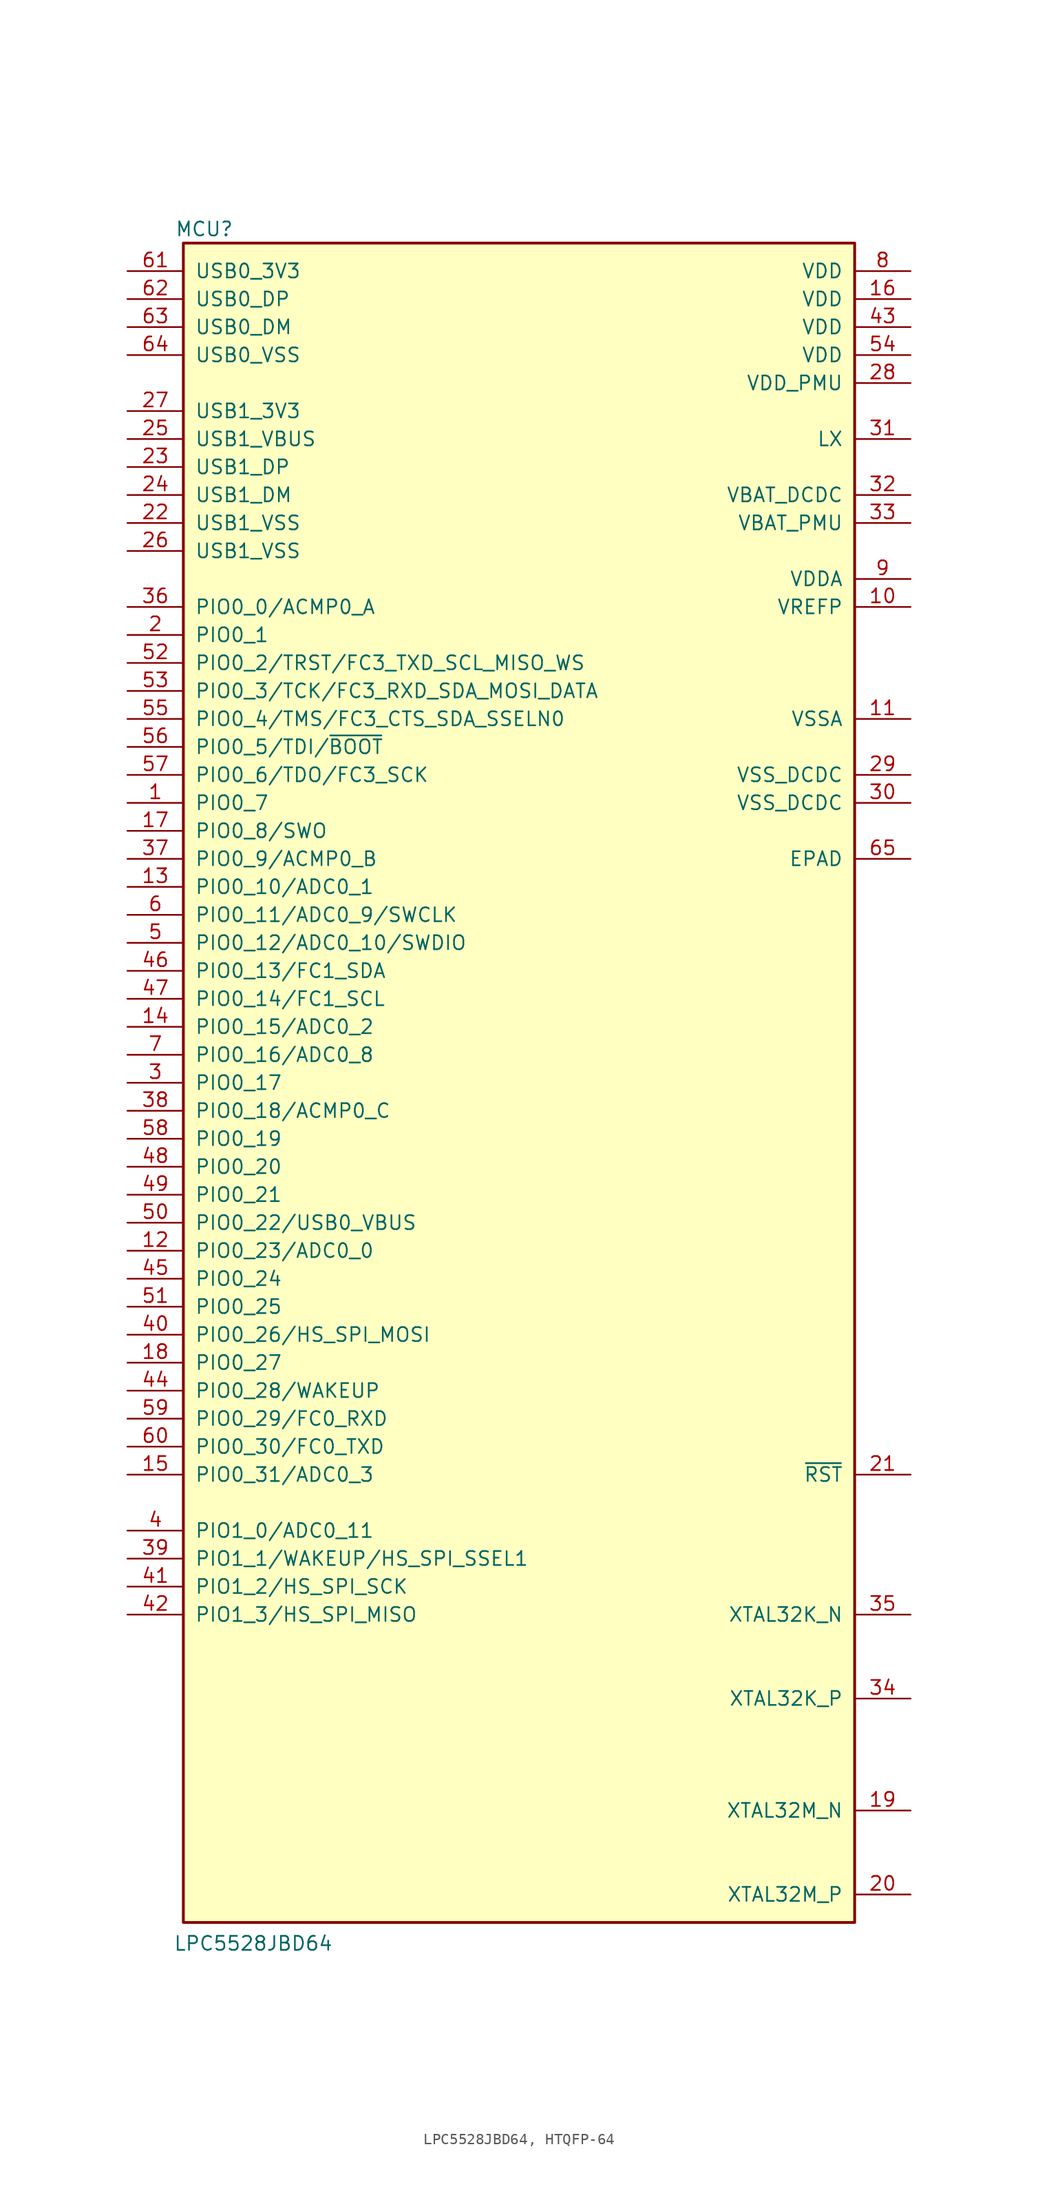
<source format=kicad_sym>
(kicad_symbol_lib
  (version 20241209)
  (generator "kicad_symbol_editor")
  (generator_version "9.0")
  (symbol "LPC5528JBD64, HTQFP-64"
    (pin_names
      (offset 1.016))
    (property "Reference" "MCU"
      (at -28.575 77.47 0)
      (effects (font (size 1.27 1.27))))
    (property "Value" "LPC5528JBD64"
      (at -24.13 -78.105 0)
      (effects (font (size 1.27 1.27))))
    (symbol "LPC5528JBD64, HTQFP-64_0_1"
      (rectangle (start -30.48 76.2) (end 30.48 -76.2) (stroke (width 0.254) (type default)) (fill (type background))))
    (symbol "LPC5528JBD64, HTQFP-64_1_0"
      (pin power_in line (at -35.56 60.96 0) (length 5.08) (name "USB1_3V3" (effects (font (size 1.27 1.27)))) (number "27" (effects (font (size 1.27 1.27)))))
      (pin bidirectional line (at -35.56 22.86 0) (length 5.08) (name "PIO0_8/SWO" (effects (font (size 1.27 1.27)))) (number "17" (effects (font (size 1.27 1.27)))))
      (pin bidirectional line (at -35.56 20.32 0) (length 5.08) (name "PIO0_9/ACMP0_B" (effects (font (size 1.27 1.27)))) (number "37" (effects (font (size 1.27 1.27)))))
      (pin bidirectional line (at -35.56 17.78 0) (length 5.08) (name "PIO0_10/ADC0_1" (effects (font (size 1.27 1.27)))) (number "13" (effects (font (size 1.27 1.27)))))
      (pin bidirectional line (at -35.56 15.24 0) (length 5.08) (name "PIO0_11/ADC0_9/SWCLK" (effects (font (size 1.27 1.27)))) (number "6" (effects (font (size 1.27 1.27)))))
      (pin bidirectional line (at -35.56 12.7 0) (length 5.08) (name "PIO0_12/ADC0_10/SWDIO" (effects (font (size 1.27 1.27)))) (number "5" (effects (font (size 1.27 1.27)))))
      (pin bidirectional line (at -35.56 10.16 0) (length 5.08) (name "PIO0_13/FC1_SDA" (effects (font (size 1.27 1.27)))) (number "46" (effects (font (size 1.27 1.27)))))
      (pin bidirectional line (at -35.56 7.62 0) (length 5.08) (name "PIO0_14/FC1_SCL" (effects (font (size 1.27 1.27)))) (number "47" (effects (font (size 1.27 1.27)))))
      (pin bidirectional line (at -35.56 5.08 0) (length 5.08) (name "PIO0_15/ADC0_2" (effects (font (size 1.27 1.27)))) (number "14" (effects (font (size 1.27 1.27)))))
      (pin bidirectional line (at -35.56 2.54 0) (length 5.08) (name "PIO0_16/ADC0_8" (effects (font (size 1.27 1.27)))) (number "7" (effects (font (size 1.27 1.27)))))
      (pin bidirectional line (at -35.56 0 0) (length 5.08) (name "PIO0_17" (effects (font (size 1.27 1.27)))) (number "3" (effects (font (size 1.27 1.27)))))
      (pin bidirectional line (at -35.56 -2.54 0) (length 5.08) (name "PIO0_18/ACMP0_C" (effects (font (size 1.27 1.27)))) (number "38" (effects (font (size 1.27 1.27)))))
      (pin bidirectional line (at -35.56 -5.08 0) (length 5.08) (name "PIO0_19" (effects (font (size 1.27 1.27)))) (number "58" (effects (font (size 1.27 1.27)))))
      (pin bidirectional line (at -35.56 -7.62 0) (length 5.08) (name "PIO0_20" (effects (font (size 1.27 1.27)))) (number "48" (effects (font (size 1.27 1.27)))))
      (pin bidirectional line (at -35.56 -10.16 0) (length 5.08) (name "PIO0_21" (effects (font (size 1.27 1.27)))) (number "49" (effects (font (size 1.27 1.27)))))
      (pin bidirectional line (at -35.56 -12.7 0) (length 5.08) (name "PIO0_22/USB0_VBUS" (effects (font (size 1.27 1.27)))) (number "50" (effects (font (size 1.27 1.27)))))
      (pin bidirectional line (at -35.56 -15.24 0) (length 5.08) (name "PIO0_23/ADC0_0" (effects (font (size 1.27 1.27)))) (number "12" (effects (font (size 1.27 1.27)))))
      (pin bidirectional line (at -35.56 -17.78 0) (length 5.08) (name "PIO0_24" (effects (font (size 1.27 1.27)))) (number "45" (effects (font (size 1.27 1.27)))))
      (pin bidirectional line (at -35.56 -20.32 0) (length 5.08) (name "PIO0_25" (effects (font (size 1.27 1.27)))) (number "51" (effects (font (size 1.27 1.27)))))
      (pin bidirectional line (at -35.56 -22.86 0) (length 5.08) (name "PIO0_26/HS_SPI_MOSI" (effects (font (size 1.27 1.27)))) (number "40" (effects (font (size 1.27 1.27)))))
      (pin bidirectional line (at -35.56 -25.4 0) (length 5.08) (name "PIO0_27" (effects (font (size 1.27 1.27)))) (number "18" (effects (font (size 1.27 1.27)))))
      (pin bidirectional line (at -35.56 -27.94 0) (length 5.08) (name "PIO0_28/WAKEUP" (effects (font (size 1.27 1.27)))) (number "44" (effects (font (size 1.27 1.27)))))
      (pin bidirectional line (at -35.56 -30.48 0) (length 5.08) (name "PIO0_29/FC0_RXD" (effects (font (size 1.27 1.27)))) (number "59" (effects (font (size 1.27 1.27)))))
      (pin bidirectional line (at -35.56 -33.02 0) (length 5.08) (name "PIO0_30/FC0_TXD" (effects (font (size 1.27 1.27)))) (number "60" (effects (font (size 1.27 1.27)))))
      (pin bidirectional line (at -35.56 -35.56 0) (length 5.08) (name "PIO0_31/ADC0_3" (effects (font (size 1.27 1.27)))) (number "15" (effects (font (size 1.27 1.27)))))
      (pin bidirectional line (at -35.56 -40.64 0) (length 5.08) (name "PIO1_0/ADC0_11" (effects (font (size 1.27 1.27)))) (number "4" (effects (font (size 1.27 1.27)))))
      (pin bidirectional line (at -35.56 -43.18 0) (length 5.08) (name "PIO1_1/WAKEUP/HS_SPI_SSEL1" (effects (font (size 1.27 1.27)))) (number "39" (effects (font (size 1.27 1.27)))))
      (pin bidirectional line (at -35.56 -45.72 0) (length 5.08) (name "PIO1_2/HS_SPI_SCK" (effects (font (size 1.27 1.27)))) (number "41" (effects (font (size 1.27 1.27)))))
      (pin bidirectional line (at -35.56 -48.26 0) (length 5.08) (name "PIO1_3/HS_SPI_MISO" (effects (font (size 1.27 1.27)))) (number "42" (effects (font (size 1.27 1.27)))))
      (pin power_in line (at 35.56 50.8 180) (length 5.08) (name "VBAT_PMU" (effects (font (size 1.27 1.27)))) (number "33" (effects (font (size 1.27 1.27)))))
      (pin power_in line (at 35.56 20.32 180) (length 5.08) (name "EPAD" (effects (font (size 1.27 1.27)))) (number "65" (effects (font (size 1.27 1.27))))))
    (symbol "LPC5528JBD64, HTQFP-64_1_1"
      (pin input line (at -35.56 73.66 0) (length 5.08) (name "USB0_3V3" (effects (font (size 1.27 1.27)))) (number "61" (effects (font (size 1.27 1.27)))))
      (pin passive line (at -35.56 71.12 0) (length 5.08) (name "USB0_DP" (effects (font (size 1.27 1.27)))) (number "62" (effects (font (size 1.27 1.27)))))
      (pin passive line (at -35.56 68.58 0) (length 5.08) (name "USB0_DM" (effects (font (size 1.27 1.27)))) (number "63" (effects (font (size 1.27 1.27)))))
      (pin power_in line (at -35.56 66.04 0) (length 5.08) (name "USB0_VSS" (effects (font (size 1.27 1.27)))) (number "64" (effects (font (size 1.27 1.27)))))
      (pin input line (at -35.56 58.42 0) (length 5.08) (name "USB1_VBUS" (effects (font (size 1.27 1.27)))) (number "25" (effects (font (size 1.27 1.27)))))
      (pin passive line (at -35.56 55.88 0) (length 5.08) (name "USB1_DP" (effects (font (size 1.27 1.27)))) (number "23" (effects (font (size 1.27 1.27)))))
      (pin passive line (at -35.56 53.34 0) (length 5.08) (name "USB1_DM" (effects (font (size 1.27 1.27)))) (number "24" (effects (font (size 1.27 1.27)))))
      (pin power_in line (at -35.56 50.8 0) (length 5.08) (name "USB1_VSS" (effects (font (size 1.27 1.27)))) (number "22" (effects (font (size 1.27 1.27)))))
      (pin power_in line (at -35.56 48.26 0) (length 5.08) (name "USB1_VSS" (effects (font (size 1.27 1.27)))) (number "26" (effects (font (size 1.27 1.27)))))
      (pin bidirectional line (at -35.56 43.18 0) (length 5.08) (name "PIO0_0/ACMP0_A" (effects (font (size 1.27 1.27)))) (number "36" (effects (font (size 1.27 1.27)))))
      (pin bidirectional line (at -35.56 40.64 0) (length 5.08) (name "PIO0_1" (effects (font (size 1.27 1.27)))) (number "2" (effects (font (size 1.27 1.27)))))
      (pin bidirectional line (at -35.56 38.1 0) (length 5.08) (name "PIO0_2/TRST/FC3_TXD_SCL_MISO_WS" (effects (font (size 1.27 1.27)))) (number "52" (effects (font (size 1.27 1.27)))))
      (pin bidirectional line (at -35.56 35.56 0) (length 5.08) (name "PIO0_3/TCK/FC3_RXD_SDA_MOSI_DATA" (effects (font (size 1.27 1.27)))) (number "53" (effects (font (size 1.27 1.27)))))
      (pin bidirectional line (at -35.56 33.02 0) (length 5.08) (name "PIO0_4/TMS/FC3_CTS_SDA_SSELN0" (effects (font (size 1.27 1.27)))) (number "55" (effects (font (size 1.27 1.27)))))
      (pin bidirectional line (at -35.56 30.48 0) (length 5.08) (name "PIO0_5/TDI/~{BOOT}" (effects (font (size 1.27 1.27)))) (number "56" (effects (font (size 1.27 1.27)))))
      (pin bidirectional line (at -35.56 27.94 0) (length 5.08) (name "PIO0_6/TDO/FC3_SCK" (effects (font (size 1.27 1.27)))) (number "57" (effects (font (size 1.27 1.27)))))
      (pin bidirectional line (at -35.56 25.4 0) (length 5.08) (name "PIO0_7" (effects (font (size 1.27 1.27)))) (number "1" (effects (font (size 1.27 1.27)))))
      (pin power_in line (at 35.56 73.66 180) (length 5.08) (name "VDD" (effects (font (size 1.27 1.27)))) (number "8" (effects (font (size 1.27 1.27)))))
      (pin power_in line (at 35.56 71.12 180) (length 5.08) (name "VDD" (effects (font (size 1.27 1.27)))) (number "16" (effects (font (size 1.27 1.27)))))
      (pin power_in line (at 35.56 68.58 180) (length 5.08) (name "VDD" (effects (font (size 1.27 1.27)))) (number "43" (effects (font (size 1.27 1.27)))))
      (pin power_in line (at 35.56 66.04 180) (length 5.08) (name "VDD" (effects (font (size 1.27 1.27)))) (number "54" (effects (font (size 1.27 1.27)))))
      (pin power_in line (at 35.56 63.5 180) (length 5.08) (name "VDD_PMU" (effects (font (size 1.27 1.27)))) (number "28" (effects (font (size 1.27 1.27)))))
      (pin passive line (at 35.56 58.42 180) (length 5.08) (name "LX" (effects (font (size 1.27 1.27)))) (number "31" (effects (font (size 1.27 1.27)))))
      (pin power_out line (at 35.56 53.34 180) (length 5.08) (name "VBAT_DCDC" (effects (font (size 1.27 1.27)))) (number "32" (effects (font (size 1.27 1.27)))))
      (pin power_in line (at 35.56 45.72 180) (length 5.08) (name "VDDA" (effects (font (size 1.27 1.27)))) (number "9" (effects (font (size 1.27 1.27)))))
      (pin passive line (at 35.56 43.18 180) (length 5.08) (name "VREFP" (effects (font (size 1.27 1.27)))) (number "10" (effects (font (size 1.27 1.27)))))
      (pin power_in line (at 35.56 33.02 180) (length 5.08) (name "VSSA" (effects (font (size 1.27 1.27)))) (number "11" (effects (font (size 1.27 1.27)))))
      (pin power_in line (at 35.56 27.94 180) (length 5.08) (name "VSS_DCDC" (effects (font (size 1.27 1.27)))) (number "29" (effects (font (size 1.27 1.27)))))
      (pin power_in line (at 35.56 25.4 180) (length 5.08) (name "VSS_DCDC" (effects (font (size 1.27 1.27)))) (number "30" (effects (font (size 1.27 1.27)))))
      (pin bidirectional line (at 35.56 -35.56 180) (length 5.08) (name "~{RST}" (effects (font (size 1.27 1.27)))) (number "21" (effects (font (size 1.27 1.27)))))
      (pin passive line (at 35.56 -48.26 180) (length 5.08) (name "XTAL32K_N" (effects (font (size 1.27 1.27)))) (number "35" (effects (font (size 1.27 1.27)))))
      (pin passive line (at 35.56 -55.88 180) (length 5.08) (name "XTAL32K_P" (effects (font (size 1.27 1.27)))) (number "34" (effects (font (size 1.27 1.27)))))
      (pin passive line (at 35.56 -66.04 180) (length 5.08) (name "XTAL32M_N" (effects (font (size 1.27 1.27)))) (number "19" (effects (font (size 1.27 1.27)))))
      (pin passive line (at 35.56 -73.66 180) (length 5.08) (name "XTAL32M_P" (effects (font (size 1.27 1.27)))) (number "20" (effects (font (size 1.27 1.27))))))))
</source>
